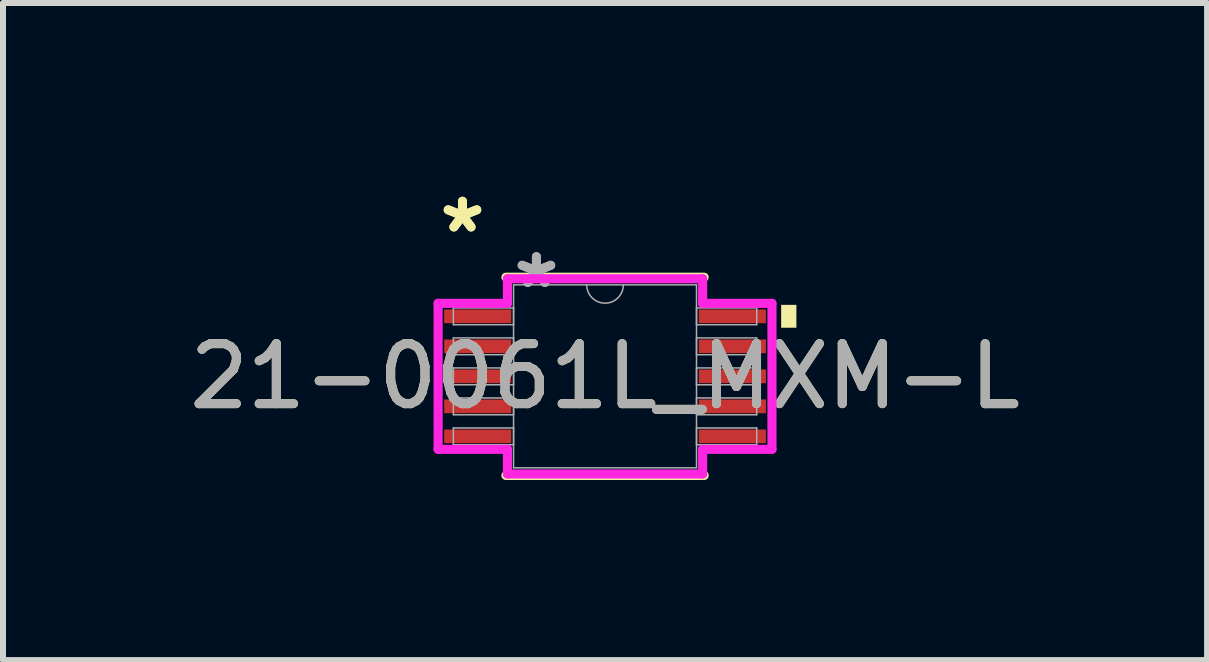
<source format=kicad_pcb>
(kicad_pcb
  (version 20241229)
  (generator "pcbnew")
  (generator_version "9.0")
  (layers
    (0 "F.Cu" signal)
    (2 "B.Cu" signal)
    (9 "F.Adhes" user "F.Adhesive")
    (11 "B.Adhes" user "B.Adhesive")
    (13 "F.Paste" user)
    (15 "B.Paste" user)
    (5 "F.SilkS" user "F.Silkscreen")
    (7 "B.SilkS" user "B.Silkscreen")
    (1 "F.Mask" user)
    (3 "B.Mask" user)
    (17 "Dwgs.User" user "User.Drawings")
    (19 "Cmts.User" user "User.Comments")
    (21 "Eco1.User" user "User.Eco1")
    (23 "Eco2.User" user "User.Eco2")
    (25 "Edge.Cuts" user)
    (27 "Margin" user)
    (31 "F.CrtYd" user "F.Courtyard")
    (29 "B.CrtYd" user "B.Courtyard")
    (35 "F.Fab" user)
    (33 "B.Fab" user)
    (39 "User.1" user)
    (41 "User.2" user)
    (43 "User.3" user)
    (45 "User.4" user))
  (footprint "21-0061L_MXM-L"
    (layer "F.Cu")
    (at 7.03 3.22)
    (property "Reference" "21-0061L_MXM-L" (at 0 0 0) (unlocked yes) (layer "F.SilkS") (effects (font (size 1 1) (thickness 0.15))))
    (attr smd)
    (fp_line (start -1.651 1.651) (end 1.651 1.651) (stroke (width 0.152) (type solid)) (layer "F.SilkS"))
    (fp_line (start 1.651 -1.651) (end -1.651 -1.651) (stroke (width 0.152) (type solid)) (layer "F.SilkS"))
    (fp_poly (pts (xy 3.188 -1.191) (xy 3.188 -0.81) (xy 2.934 -0.81) (xy 2.934 -1.191)) (stroke (width 0) (type solid)) (fill yes) (layer "F.SilkS"))
    (fp_line (start -2.781 -1.216) (end -1.626 -1.216) (stroke (width 0.152) (type solid)) (layer "F.CrtYd"))
    (fp_line (start -2.781 1.216) (end -2.781 -1.216) (stroke (width 0.152) (type solid)) (layer "F.CrtYd"))
    (fp_line (start -2.781 1.216) (end -1.626 1.216) (stroke (width 0.152) (type solid)) (layer "F.CrtYd"))
    (fp_line (start -1.626 -1.626) (end 1.626 -1.626) (stroke (width 0.152) (type solid)) (layer "F.CrtYd"))
    (fp_line (start -1.626 -1.216) (end -1.626 -1.626) (stroke (width 0.152) (type solid)) (layer "F.CrtYd"))
    (fp_line (start -1.626 1.626) (end -1.626 1.216) (stroke (width 0.152) (type solid)) (layer "F.CrtYd"))
    (fp_line (start 1.626 -1.626) (end 1.626 -1.216) (stroke (width 0.152) (type solid)) (layer "F.CrtYd"))
    (fp_line (start 1.626 1.216) (end 1.626 1.626) (stroke (width 0.152) (type solid)) (layer "F.CrtYd"))
    (fp_line (start 1.626 1.626) (end -1.626 1.626) (stroke (width 0.152) (type solid)) (layer "F.CrtYd"))
    (fp_line (start 2.781 -1.216) (end 1.626 -1.216) (stroke (width 0.152) (type solid)) (layer "F.CrtYd"))
    (fp_line (start 2.781 -1.216) (end 2.781 1.216) (stroke (width 0.152) (type solid)) (layer "F.CrtYd"))
    (fp_line (start 2.781 1.216) (end 1.626 1.216) (stroke (width 0.152) (type solid)) (layer "F.CrtYd"))
    (fp_line (start -2.527 -1.14) (end -2.527 -0.86) (stroke (width 0.025) (type solid)) (layer "F.Fab"))
    (fp_line (start -2.527 -0.86) (end -1.524 -0.86) (stroke (width 0.025) (type solid)) (layer "F.Fab"))
    (fp_line (start -2.527 -0.64) (end -2.527 -0.36) (stroke (width 0.025) (type solid)) (layer "F.Fab"))
    (fp_line (start -2.527 -0.36) (end -1.524 -0.36) (stroke (width 0.025) (type solid)) (layer "F.Fab"))
    (fp_line (start -2.527 -0.14) (end -2.527 0.14) (stroke (width 0.025) (type solid)) (layer "F.Fab"))
    (fp_line (start -2.527 0.14) (end -1.524 0.14) (stroke (width 0.025) (type solid)) (layer "F.Fab"))
    (fp_line (start -2.527 0.36) (end -2.527 0.64) (stroke (width 0.025) (type solid)) (layer "F.Fab"))
    (fp_line (start -2.527 0.64) (end -1.524 0.64) (stroke (width 0.025) (type solid)) (layer "F.Fab"))
    (fp_line (start -2.527 0.86) (end -2.527 1.14) (stroke (width 0.025) (type solid)) (layer "F.Fab"))
    (fp_line (start -2.527 1.14) (end -1.524 1.14) (stroke (width 0.025) (type solid)) (layer "F.Fab"))
    (fp_line (start -1.524 -1.524) (end -1.524 1.524) (stroke (width 0.025) (type solid)) (layer "F.Fab"))
    (fp_line (start -1.524 -1.14) (end -2.527 -1.14) (stroke (width 0.025) (type solid)) (layer "F.Fab"))
    (fp_line (start -1.524 -0.86) (end -1.524 -1.14) (stroke (width 0.025) (type solid)) (layer "F.Fab"))
    (fp_line (start -1.524 -0.64) (end -2.527 -0.64) (stroke (width 0.025) (type solid)) (layer "F.Fab"))
    (fp_line (start -1.524 -0.36) (end -1.524 -0.64) (stroke (width 0.025) (type solid)) (layer "F.Fab"))
    (fp_line (start -1.524 -0.14) (end -2.527 -0.14) (stroke (width 0.025) (type solid)) (layer "F.Fab"))
    (fp_line (start -1.524 0.14) (end -1.524 -0.14) (stroke (width 0.025) (type solid)) (layer "F.Fab"))
    (fp_line (start -1.524 0.36) (end -2.527 0.36) (stroke (width 0.025) (type solid)) (layer "F.Fab"))
    (fp_line (start -1.524 0.64) (end -1.524 0.36) (stroke (width 0.025) (type solid)) (layer "F.Fab"))
    (fp_line (start -1.524 0.86) (end -2.527 0.86) (stroke (width 0.025) (type solid)) (layer "F.Fab"))
    (fp_line (start -1.524 1.14) (end -1.524 0.86) (stroke (width 0.025) (type solid)) (layer "F.Fab"))
    (fp_line (start -1.524 1.524) (end 1.524 1.524) (stroke (width 0.025) (type solid)) (layer "F.Fab"))
    (fp_line (start 1.524 -1.524) (end -1.524 -1.524) (stroke (width 0.025) (type solid)) (layer "F.Fab"))
    (fp_line (start 1.524 -1.14) (end 1.524 -0.86) (stroke (width 0.025) (type solid)) (layer "F.Fab"))
    (fp_line (start 1.524 -0.86) (end 2.527 -0.86) (stroke (width 0.025) (type solid)) (layer "F.Fab"))
    (fp_line (start 1.524 -0.64) (end 1.524 -0.36) (stroke (width 0.025) (type solid)) (layer "F.Fab"))
    (fp_line (start 1.524 -0.36) (end 2.527 -0.36) (stroke (width 0.025) (type solid)) (layer "F.Fab"))
    (fp_line (start 1.524 -0.14) (end 1.524 0.14) (stroke (width 0.025) (type solid)) (layer "F.Fab"))
    (fp_line (start 1.524 0.14) (end 2.527 0.14) (stroke (width 0.025) (type solid)) (layer "F.Fab"))
    (fp_line (start 1.524 0.36) (end 1.524 0.64) (stroke (width 0.025) (type solid)) (layer "F.Fab"))
    (fp_line (start 1.524 0.64) (end 2.527 0.64) (stroke (width 0.025) (type solid)) (layer "F.Fab"))
    (fp_line (start 1.524 0.86) (end 1.524 1.14) (stroke (width 0.025) (type solid)) (layer "F.Fab"))
    (fp_line (start 1.524 1.14) (end 2.527 1.14) (stroke (width 0.025) (type solid)) (layer "F.Fab"))
    (fp_line (start 1.524 1.524) (end 1.524 -1.524) (stroke (width 0.025) (type solid)) (layer "F.Fab"))
    (fp_line (start 2.527 -1.14) (end 1.524 -1.14) (stroke (width 0.025) (type solid)) (layer "F.Fab"))
    (fp_line (start 2.527 -0.86) (end 2.527 -1.14) (stroke (width 0.025) (type solid)) (layer "F.Fab"))
    (fp_line (start 2.527 -0.64) (end 1.524 -0.64) (stroke (width 0.025) (type solid)) (layer "F.Fab"))
    (fp_line (start 2.527 -0.36) (end 2.527 -0.64) (stroke (width 0.025) (type solid)) (layer "F.Fab"))
    (fp_line (start 2.527 -0.14) (end 1.524 -0.14) (stroke (width 0.025) (type solid)) (layer "F.Fab"))
    (fp_line (start 2.527 0.14) (end 2.527 -0.14) (stroke (width 0.025) (type solid)) (layer "F.Fab"))
    (fp_line (start 2.527 0.36) (end 1.524 0.36) (stroke (width 0.025) (type solid)) (layer "F.Fab"))
    (fp_line (start 2.527 0.64) (end 2.527 0.36) (stroke (width 0.025) (type solid)) (layer "F.Fab"))
    (fp_line (start 2.527 0.86) (end 1.524 0.86) (stroke (width 0.025) (type solid)) (layer "F.Fab"))
    (fp_line (start 2.527 1.14) (end 2.527 0.86) (stroke (width 0.025) (type solid)) (layer "F.Fab"))
    (fp_arc (start 0.3048 -1.524) (mid 0 -1.2192) (end -0.3048 -1.524) (stroke (width 0.0254) (type solid)) (layer "F.Fab"))
    (fp_text user "*" (at -2.375 -2.372 0) (layer "F.SilkS") (effects (font (size 1 1) (thickness 0.15))))
    (fp_text user "*" (at -2.375 -2.372 0) (unlocked yes) (layer "F.SilkS") (effects (font (size 1 1) (thickness 0.15))))
    (fp_text user "${REFERENCE}" (at 0 0 0) (unlocked yes) (layer "F.Fab") (effects (font (size 1 1) (thickness 0.15))))
    (fp_text user "*" (at -1.143 -1.448 0) (layer "F.Fab") (effects (font (size 1 1) (thickness 0.15))))
    (fp_text user "*" (at -1.143 -1.448 0) (unlocked yes) (layer "F.Fab") (effects (font (size 1 1) (thickness 0.15))))
    (pad "1" smd rect (at -2.121 -1) (size 1.118 0.229) (layers "F.Cu" "F.Mask" "F.Paste"))
    (pad "2" smd rect (at -2.121 -0.5) (size 1.118 0.229) (layers "F.Cu" "F.Mask" "F.Paste"))
    (pad "3" smd rect (at -2.121 0) (size 1.118 0.229) (layers "F.Cu" "F.Mask" "F.Paste"))
    (pad "4" smd rect (at -2.121 0.5) (size 1.118 0.229) (layers "F.Cu" "F.Mask" "F.Paste"))
    (pad "5" smd rect (at -2.121 1) (size 1.118 0.229) (layers "F.Cu" "F.Mask" "F.Paste"))
    (pad "6" smd rect (at 2.121 1) (size 1.118 0.229) (layers "F.Cu" "F.Mask" "F.Paste"))
    (pad "7" smd rect (at 2.121 0.5) (size 1.118 0.229) (layers "F.Cu" "F.Mask" "F.Paste"))
    (pad "8" smd rect (at 2.121 0) (size 1.118 0.229) (layers "F.Cu" "F.Mask" "F.Paste"))
    (pad "9" smd rect (at 2.121 -0.5) (size 1.118 0.229) (layers "F.Cu" "F.Mask" "F.Paste"))
    (pad "10" smd rect (at 2.121 -1) (size 1.118 0.229) (layers "F.Cu" "F.Mask" "F.Paste")))
  (gr_rect
    (start -3 -3)
    (end 17.06 7.947)
    (stroke (width 0.1) (type default))
    (fill no)
    (layer "Edge.Cuts")))
</source>
